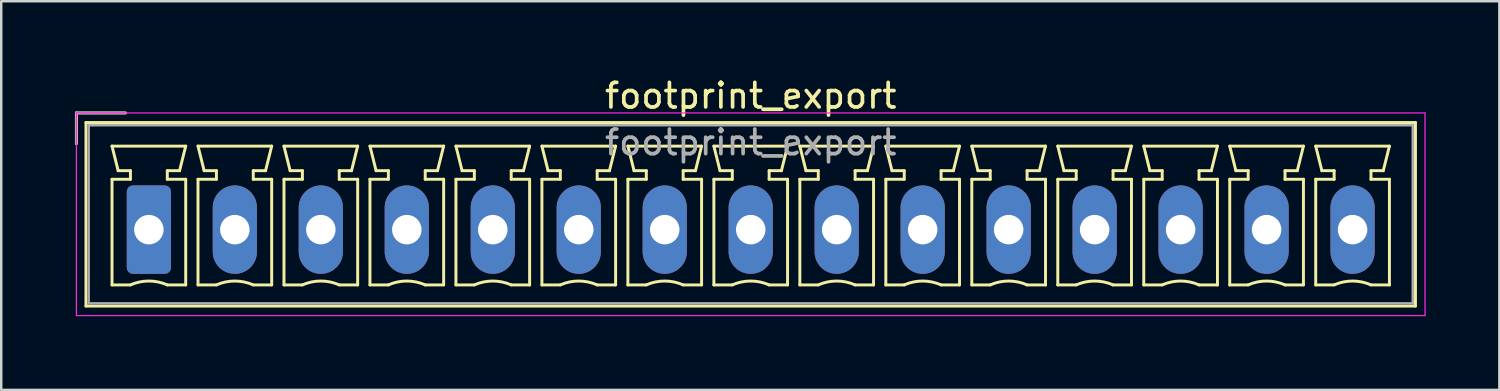
<source format=kicad_pcb>
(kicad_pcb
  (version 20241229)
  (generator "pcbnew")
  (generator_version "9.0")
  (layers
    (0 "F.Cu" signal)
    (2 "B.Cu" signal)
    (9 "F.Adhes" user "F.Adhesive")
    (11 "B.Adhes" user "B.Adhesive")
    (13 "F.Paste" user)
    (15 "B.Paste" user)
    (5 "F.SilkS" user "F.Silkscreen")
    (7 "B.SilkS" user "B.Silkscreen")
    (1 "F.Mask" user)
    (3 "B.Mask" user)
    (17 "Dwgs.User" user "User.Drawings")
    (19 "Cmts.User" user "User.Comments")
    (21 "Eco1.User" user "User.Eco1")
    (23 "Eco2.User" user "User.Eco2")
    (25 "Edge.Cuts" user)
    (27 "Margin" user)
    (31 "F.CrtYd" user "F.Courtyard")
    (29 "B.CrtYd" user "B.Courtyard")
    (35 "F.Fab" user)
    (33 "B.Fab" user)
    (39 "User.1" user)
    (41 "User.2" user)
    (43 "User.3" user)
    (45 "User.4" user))
  (footprint "footprint_export"
    (layer "F.Cu")
    (at 3.01 6.298)
    (property "Reference" "footprint_export" (at 24.5 -5.45 0) (layer "F.SilkS") (effects (font (size 1 1) (thickness 0.15))))
    (attr through_hole)
    (fp_line (start -2.95 -4.75) (end -0.95 -4.75) (stroke (width 0.12) (type solid)) (layer "F.SilkS"))
    (fp_line (start -2.95 -3.5) (end -2.95 -4.75) (stroke (width 0.12) (type solid)) (layer "F.SilkS"))
    (fp_line (start -2.56 -4.36) (end -2.56 3.11) (stroke (width 0.12) (type solid)) (layer "F.SilkS"))
    (fp_line (start -2.56 3.11) (end 51.56 3.11) (stroke (width 0.12) (type solid)) (layer "F.SilkS"))
    (fp_line (start -1.5 -3.4) (end 1.5 -3.4) (stroke (width 0.12) (type solid)) (layer "F.SilkS"))
    (fp_line (start -1.5 -2.05) (end -0.75 -2.05) (stroke (width 0.12) (type solid)) (layer "F.SilkS"))
    (fp_line (start -1.5 2.25) (end -1.5 -2.05) (stroke (width 0.12) (type solid)) (layer "F.SilkS"))
    (fp_line (start -1.25 -2.4) (end -1.5 -3.4) (stroke (width 0.12) (type solid)) (layer "F.SilkS"))
    (fp_line (start -0.75 -2.4) (end -1.25 -2.4) (stroke (width 0.12) (type solid)) (layer "F.SilkS"))
    (fp_line (start -0.75 -2.05) (end -0.75 -2.4) (stroke (width 0.12) (type solid)) (layer "F.SilkS"))
    (fp_line (start -0.75 2.25) (end -1.5 2.25) (stroke (width 0.12) (type solid)) (layer "F.SilkS"))
    (fp_line (start 0.75 -2.4) (end 0.75 -2.05) (stroke (width 0.12) (type solid)) (layer "F.SilkS"))
    (fp_line (start 0.75 -2.05) (end 1.5 -2.05) (stroke (width 0.12) (type solid)) (layer "F.SilkS"))
    (fp_line (start 1.25 -2.4) (end 0.75 -2.4) (stroke (width 0.12) (type solid)) (layer "F.SilkS"))
    (fp_line (start 1.5 -3.4) (end 1.25 -2.4) (stroke (width 0.12) (type solid)) (layer "F.SilkS"))
    (fp_line (start 1.5 -2.05) (end 1.5 2.25) (stroke (width 0.12) (type solid)) (layer "F.SilkS"))
    (fp_line (start 1.5 2.25) (end 0.75 2.25) (stroke (width 0.12) (type solid)) (layer "F.SilkS"))
    (fp_line (start 2 -3.4) (end 5 -3.4) (stroke (width 0.12) (type solid)) (layer "F.SilkS"))
    (fp_line (start 2 -2.05) (end 2.75 -2.05) (stroke (width 0.12) (type solid)) (layer "F.SilkS"))
    (fp_line (start 2 2.25) (end 2 -2.05) (stroke (width 0.12) (type solid)) (layer "F.SilkS"))
    (fp_line (start 2.25 -2.4) (end 2 -3.4) (stroke (width 0.12) (type solid)) (layer "F.SilkS"))
    (fp_line (start 2.75 -2.4) (end 2.25 -2.4) (stroke (width 0.12) (type solid)) (layer "F.SilkS"))
    (fp_line (start 2.75 -2.05) (end 2.75 -2.4) (stroke (width 0.12) (type solid)) (layer "F.SilkS"))
    (fp_line (start 2.75 2.25) (end 2 2.25) (stroke (width 0.12) (type solid)) (layer "F.SilkS"))
    (fp_line (start 4.25 -2.4) (end 4.25 -2.05) (stroke (width 0.12) (type solid)) (layer "F.SilkS"))
    (fp_line (start 4.25 -2.05) (end 5 -2.05) (stroke (width 0.12) (type solid)) (layer "F.SilkS"))
    (fp_line (start 4.75 -2.4) (end 4.25 -2.4) (stroke (width 0.12) (type solid)) (layer "F.SilkS"))
    (fp_line (start 5 -3.4) (end 4.75 -2.4) (stroke (width 0.12) (type solid)) (layer "F.SilkS"))
    (fp_line (start 5 -2.05) (end 5 2.25) (stroke (width 0.12) (type solid)) (layer "F.SilkS"))
    (fp_line (start 5 2.25) (end 4.25 2.25) (stroke (width 0.12) (type solid)) (layer "F.SilkS"))
    (fp_line (start 5.5 -3.4) (end 8.5 -3.4) (stroke (width 0.12) (type solid)) (layer "F.SilkS"))
    (fp_line (start 5.5 -2.05) (end 6.25 -2.05) (stroke (width 0.12) (type solid)) (layer "F.SilkS"))
    (fp_line (start 5.5 2.25) (end 5.5 -2.05) (stroke (width 0.12) (type solid)) (layer "F.SilkS"))
    (fp_line (start 5.75 -2.4) (end 5.5 -3.4) (stroke (width 0.12) (type solid)) (layer "F.SilkS"))
    (fp_line (start 6.25 -2.4) (end 5.75 -2.4) (stroke (width 0.12) (type solid)) (layer "F.SilkS"))
    (fp_line (start 6.25 -2.05) (end 6.25 -2.4) (stroke (width 0.12) (type solid)) (layer "F.SilkS"))
    (fp_line (start 6.25 2.25) (end 5.5 2.25) (stroke (width 0.12) (type solid)) (layer "F.SilkS"))
    (fp_line (start 7.75 -2.4) (end 7.75 -2.05) (stroke (width 0.12) (type solid)) (layer "F.SilkS"))
    (fp_line (start 7.75 -2.05) (end 8.5 -2.05) (stroke (width 0.12) (type solid)) (layer "F.SilkS"))
    (fp_line (start 8.25 -2.4) (end 7.75 -2.4) (stroke (width 0.12) (type solid)) (layer "F.SilkS"))
    (fp_line (start 8.5 -3.4) (end 8.25 -2.4) (stroke (width 0.12) (type solid)) (layer "F.SilkS"))
    (fp_line (start 8.5 -2.05) (end 8.5 2.25) (stroke (width 0.12) (type solid)) (layer "F.SilkS"))
    (fp_line (start 8.5 2.25) (end 7.75 2.25) (stroke (width 0.12) (type solid)) (layer "F.SilkS"))
    (fp_line (start 9 -3.4) (end 12 -3.4) (stroke (width 0.12) (type solid)) (layer "F.SilkS"))
    (fp_line (start 9 -2.05) (end 9.75 -2.05) (stroke (width 0.12) (type solid)) (layer "F.SilkS"))
    (fp_line (start 9 2.25) (end 9 -2.05) (stroke (width 0.12) (type solid)) (layer "F.SilkS"))
    (fp_line (start 9.25 -2.4) (end 9 -3.4) (stroke (width 0.12) (type solid)) (layer "F.SilkS"))
    (fp_line (start 9.75 -2.4) (end 9.25 -2.4) (stroke (width 0.12) (type solid)) (layer "F.SilkS"))
    (fp_line (start 9.75 -2.05) (end 9.75 -2.4) (stroke (width 0.12) (type solid)) (layer "F.SilkS"))
    (fp_line (start 9.75 2.25) (end 9 2.25) (stroke (width 0.12) (type solid)) (layer "F.SilkS"))
    (fp_line (start 11.25 -2.4) (end 11.25 -2.05) (stroke (width 0.12) (type solid)) (layer "F.SilkS"))
    (fp_line (start 11.25 -2.05) (end 12 -2.05) (stroke (width 0.12) (type solid)) (layer "F.SilkS"))
    (fp_line (start 11.75 -2.4) (end 11.25 -2.4) (stroke (width 0.12) (type solid)) (layer "F.SilkS"))
    (fp_line (start 12 -3.4) (end 11.75 -2.4) (stroke (width 0.12) (type solid)) (layer "F.SilkS"))
    (fp_line (start 12 -2.05) (end 12 2.25) (stroke (width 0.12) (type solid)) (layer "F.SilkS"))
    (fp_line (start 12 2.25) (end 11.25 2.25) (stroke (width 0.12) (type solid)) (layer "F.SilkS"))
    (fp_line (start 12.5 -3.4) (end 15.5 -3.4) (stroke (width 0.12) (type solid)) (layer "F.SilkS"))
    (fp_line (start 12.5 -2.05) (end 13.25 -2.05) (stroke (width 0.12) (type solid)) (layer "F.SilkS"))
    (fp_line (start 12.5 2.25) (end 12.5 -2.05) (stroke (width 0.12) (type solid)) (layer "F.SilkS"))
    (fp_line (start 12.75 -2.4) (end 12.5 -3.4) (stroke (width 0.12) (type solid)) (layer "F.SilkS"))
    (fp_line (start 13.25 -2.4) (end 12.75 -2.4) (stroke (width 0.12) (type solid)) (layer "F.SilkS"))
    (fp_line (start 13.25 -2.05) (end 13.25 -2.4) (stroke (width 0.12) (type solid)) (layer "F.SilkS"))
    (fp_line (start 13.25 2.25) (end 12.5 2.25) (stroke (width 0.12) (type solid)) (layer "F.SilkS"))
    (fp_line (start 14.75 -2.4) (end 14.75 -2.05) (stroke (width 0.12) (type solid)) (layer "F.SilkS"))
    (fp_line (start 14.75 -2.05) (end 15.5 -2.05) (stroke (width 0.12) (type solid)) (layer "F.SilkS"))
    (fp_line (start 15.25 -2.4) (end 14.75 -2.4) (stroke (width 0.12) (type solid)) (layer "F.SilkS"))
    (fp_line (start 15.5 -3.4) (end 15.25 -2.4) (stroke (width 0.12) (type solid)) (layer "F.SilkS"))
    (fp_line (start 15.5 -2.05) (end 15.5 2.25) (stroke (width 0.12) (type solid)) (layer "F.SilkS"))
    (fp_line (start 15.5 2.25) (end 14.75 2.25) (stroke (width 0.12) (type solid)) (layer "F.SilkS"))
    (fp_line (start 16 -3.4) (end 19 -3.4) (stroke (width 0.12) (type solid)) (layer "F.SilkS"))
    (fp_line (start 16 -2.05) (end 16.75 -2.05) (stroke (width 0.12) (type solid)) (layer "F.SilkS"))
    (fp_line (start 16 2.25) (end 16 -2.05) (stroke (width 0.12) (type solid)) (layer "F.SilkS"))
    (fp_line (start 16.25 -2.4) (end 16 -3.4) (stroke (width 0.12) (type solid)) (layer "F.SilkS"))
    (fp_line (start 16.75 -2.4) (end 16.25 -2.4) (stroke (width 0.12) (type solid)) (layer "F.SilkS"))
    (fp_line (start 16.75 -2.05) (end 16.75 -2.4) (stroke (width 0.12) (type solid)) (layer "F.SilkS"))
    (fp_line (start 16.75 2.25) (end 16 2.25) (stroke (width 0.12) (type solid)) (layer "F.SilkS"))
    (fp_line (start 18.25 -2.4) (end 18.25 -2.05) (stroke (width 0.12) (type solid)) (layer "F.SilkS"))
    (fp_line (start 18.25 -2.05) (end 19 -2.05) (stroke (width 0.12) (type solid)) (layer "F.SilkS"))
    (fp_line (start 18.75 -2.4) (end 18.25 -2.4) (stroke (width 0.12) (type solid)) (layer "F.SilkS"))
    (fp_line (start 19 -3.4) (end 18.75 -2.4) (stroke (width 0.12) (type solid)) (layer "F.SilkS"))
    (fp_line (start 19 -2.05) (end 19 2.25) (stroke (width 0.12) (type solid)) (layer "F.SilkS"))
    (fp_line (start 19 2.25) (end 18.25 2.25) (stroke (width 0.12) (type solid)) (layer "F.SilkS"))
    (fp_line (start 19.5 -3.4) (end 22.5 -3.4) (stroke (width 0.12) (type solid)) (layer "F.SilkS"))
    (fp_line (start 19.5 -2.05) (end 20.25 -2.05) (stroke (width 0.12) (type solid)) (layer "F.SilkS"))
    (fp_line (start 19.5 2.25) (end 19.5 -2.05) (stroke (width 0.12) (type solid)) (layer "F.SilkS"))
    (fp_line (start 19.75 -2.4) (end 19.5 -3.4) (stroke (width 0.12) (type solid)) (layer "F.SilkS"))
    (fp_line (start 20.25 -2.4) (end 19.75 -2.4) (stroke (width 0.12) (type solid)) (layer "F.SilkS"))
    (fp_line (start 20.25 -2.05) (end 20.25 -2.4) (stroke (width 0.12) (type solid)) (layer "F.SilkS"))
    (fp_line (start 20.25 2.25) (end 19.5 2.25) (stroke (width 0.12) (type solid)) (layer "F.SilkS"))
    (fp_line (start 21.75 -2.4) (end 21.75 -2.05) (stroke (width 0.12) (type solid)) (layer "F.SilkS"))
    (fp_line (start 21.75 -2.05) (end 22.5 -2.05) (stroke (width 0.12) (type solid)) (layer "F.SilkS"))
    (fp_line (start 22.25 -2.4) (end 21.75 -2.4) (stroke (width 0.12) (type solid)) (layer "F.SilkS"))
    (fp_line (start 22.5 -3.4) (end 22.25 -2.4) (stroke (width 0.12) (type solid)) (layer "F.SilkS"))
    (fp_line (start 22.5 -2.05) (end 22.5 2.25) (stroke (width 0.12) (type solid)) (layer "F.SilkS"))
    (fp_line (start 22.5 2.25) (end 21.75 2.25) (stroke (width 0.12) (type solid)) (layer "F.SilkS"))
    (fp_line (start 23 -3.4) (end 26 -3.4) (stroke (width 0.12) (type solid)) (layer "F.SilkS"))
    (fp_line (start 23 -2.05) (end 23.75 -2.05) (stroke (width 0.12) (type solid)) (layer "F.SilkS"))
    (fp_line (start 23 2.25) (end 23 -2.05) (stroke (width 0.12) (type solid)) (layer "F.SilkS"))
    (fp_line (start 23.25 -2.4) (end 23 -3.4) (stroke (width 0.12) (type solid)) (layer "F.SilkS"))
    (fp_line (start 23.75 -2.4) (end 23.25 -2.4) (stroke (width 0.12) (type solid)) (layer "F.SilkS"))
    (fp_line (start 23.75 -2.05) (end 23.75 -2.4) (stroke (width 0.12) (type solid)) (layer "F.SilkS"))
    (fp_line (start 23.75 2.25) (end 23 2.25) (stroke (width 0.12) (type solid)) (layer "F.SilkS"))
    (fp_line (start 25.25 -2.4) (end 25.25 -2.05) (stroke (width 0.12) (type solid)) (layer "F.SilkS"))
    (fp_line (start 25.25 -2.05) (end 26 -2.05) (stroke (width 0.12) (type solid)) (layer "F.SilkS"))
    (fp_line (start 25.75 -2.4) (end 25.25 -2.4) (stroke (width 0.12) (type solid)) (layer "F.SilkS"))
    (fp_line (start 26 -3.4) (end 25.75 -2.4) (stroke (width 0.12) (type solid)) (layer "F.SilkS"))
    (fp_line (start 26 -2.05) (end 26 2.25) (stroke (width 0.12) (type solid)) (layer "F.SilkS"))
    (fp_line (start 26 2.25) (end 25.25 2.25) (stroke (width 0.12) (type solid)) (layer "F.SilkS"))
    (fp_line (start 26.5 -3.4) (end 29.5 -3.4) (stroke (width 0.12) (type solid)) (layer "F.SilkS"))
    (fp_line (start 26.5 -2.05) (end 27.25 -2.05) (stroke (width 0.12) (type solid)) (layer "F.SilkS"))
    (fp_line (start 26.5 2.25) (end 26.5 -2.05) (stroke (width 0.12) (type solid)) (layer "F.SilkS"))
    (fp_line (start 26.75 -2.4) (end 26.5 -3.4) (stroke (width 0.12) (type solid)) (layer "F.SilkS"))
    (fp_line (start 27.25 -2.4) (end 26.75 -2.4) (stroke (width 0.12) (type solid)) (layer "F.SilkS"))
    (fp_line (start 27.25 -2.05) (end 27.25 -2.4) (stroke (width 0.12) (type solid)) (layer "F.SilkS"))
    (fp_line (start 27.25 2.25) (end 26.5 2.25) (stroke (width 0.12) (type solid)) (layer "F.SilkS"))
    (fp_line (start 28.75 -2.4) (end 28.75 -2.05) (stroke (width 0.12) (type solid)) (layer "F.SilkS"))
    (fp_line (start 28.75 -2.05) (end 29.5 -2.05) (stroke (width 0.12) (type solid)) (layer "F.SilkS"))
    (fp_line (start 29.25 -2.4) (end 28.75 -2.4) (stroke (width 0.12) (type solid)) (layer "F.SilkS"))
    (fp_line (start 29.5 -3.4) (end 29.25 -2.4) (stroke (width 0.12) (type solid)) (layer "F.SilkS"))
    (fp_line (start 29.5 -2.05) (end 29.5 2.25) (stroke (width 0.12) (type solid)) (layer "F.SilkS"))
    (fp_line (start 29.5 2.25) (end 28.75 2.25) (stroke (width 0.12) (type solid)) (layer "F.SilkS"))
    (fp_line (start 30 -3.4) (end 33 -3.4) (stroke (width 0.12) (type solid)) (layer "F.SilkS"))
    (fp_line (start 30 -2.05) (end 30.75 -2.05) (stroke (width 0.12) (type solid)) (layer "F.SilkS"))
    (fp_line (start 30 2.25) (end 30 -2.05) (stroke (width 0.12) (type solid)) (layer "F.SilkS"))
    (fp_line (start 30.25 -2.4) (end 30 -3.4) (stroke (width 0.12) (type solid)) (layer "F.SilkS"))
    (fp_line (start 30.75 -2.4) (end 30.25 -2.4) (stroke (width 0.12) (type solid)) (layer "F.SilkS"))
    (fp_line (start 30.75 -2.05) (end 30.75 -2.4) (stroke (width 0.12) (type solid)) (layer "F.SilkS"))
    (fp_line (start 30.75 2.25) (end 30 2.25) (stroke (width 0.12) (type solid)) (layer "F.SilkS"))
    (fp_line (start 32.25 -2.4) (end 32.25 -2.05) (stroke (width 0.12) (type solid)) (layer "F.SilkS"))
    (fp_line (start 32.25 -2.05) (end 33 -2.05) (stroke (width 0.12) (type solid)) (layer "F.SilkS"))
    (fp_line (start 32.75 -2.4) (end 32.25 -2.4) (stroke (width 0.12) (type solid)) (layer "F.SilkS"))
    (fp_line (start 33 -3.4) (end 32.75 -2.4) (stroke (width 0.12) (type solid)) (layer "F.SilkS"))
    (fp_line (start 33 -2.05) (end 33 2.25) (stroke (width 0.12) (type solid)) (layer "F.SilkS"))
    (fp_line (start 33 2.25) (end 32.25 2.25) (stroke (width 0.12) (type solid)) (layer "F.SilkS"))
    (fp_line (start 33.5 -3.4) (end 36.5 -3.4) (stroke (width 0.12) (type solid)) (layer "F.SilkS"))
    (fp_line (start 33.5 -2.05) (end 34.25 -2.05) (stroke (width 0.12) (type solid)) (layer "F.SilkS"))
    (fp_line (start 33.5 2.25) (end 33.5 -2.05) (stroke (width 0.12) (type solid)) (layer "F.SilkS"))
    (fp_line (start 33.75 -2.4) (end 33.5 -3.4) (stroke (width 0.12) (type solid)) (layer "F.SilkS"))
    (fp_line (start 34.25 -2.4) (end 33.75 -2.4) (stroke (width 0.12) (type solid)) (layer "F.SilkS"))
    (fp_line (start 34.25 -2.05) (end 34.25 -2.4) (stroke (width 0.12) (type solid)) (layer "F.SilkS"))
    (fp_line (start 34.25 2.25) (end 33.5 2.25) (stroke (width 0.12) (type solid)) (layer "F.SilkS"))
    (fp_line (start 35.75 -2.4) (end 35.75 -2.05) (stroke (width 0.12) (type solid)) (layer "F.SilkS"))
    (fp_line (start 35.75 -2.05) (end 36.5 -2.05) (stroke (width 0.12) (type solid)) (layer "F.SilkS"))
    (fp_line (start 36.25 -2.4) (end 35.75 -2.4) (stroke (width 0.12) (type solid)) (layer "F.SilkS"))
    (fp_line (start 36.5 -3.4) (end 36.25 -2.4) (stroke (width 0.12) (type solid)) (layer "F.SilkS"))
    (fp_line (start 36.5 -2.05) (end 36.5 2.25) (stroke (width 0.12) (type solid)) (layer "F.SilkS"))
    (fp_line (start 36.5 2.25) (end 35.75 2.25) (stroke (width 0.12) (type solid)) (layer "F.SilkS"))
    (fp_line (start 37 -3.4) (end 40 -3.4) (stroke (width 0.12) (type solid)) (layer "F.SilkS"))
    (fp_line (start 37 -2.05) (end 37.75 -2.05) (stroke (width 0.12) (type solid)) (layer "F.SilkS"))
    (fp_line (start 37 2.25) (end 37 -2.05) (stroke (width 0.12) (type solid)) (layer "F.SilkS"))
    (fp_line (start 37.25 -2.4) (end 37 -3.4) (stroke (width 0.12) (type solid)) (layer "F.SilkS"))
    (fp_line (start 37.75 -2.4) (end 37.25 -2.4) (stroke (width 0.12) (type solid)) (layer "F.SilkS"))
    (fp_line (start 37.75 -2.05) (end 37.75 -2.4) (stroke (width 0.12) (type solid)) (layer "F.SilkS"))
    (fp_line (start 37.75 2.25) (end 37 2.25) (stroke (width 0.12) (type solid)) (layer "F.SilkS"))
    (fp_line (start 39.25 -2.4) (end 39.25 -2.05) (stroke (width 0.12) (type solid)) (layer "F.SilkS"))
    (fp_line (start 39.25 -2.05) (end 40 -2.05) (stroke (width 0.12) (type solid)) (layer "F.SilkS"))
    (fp_line (start 39.75 -2.4) (end 39.25 -2.4) (stroke (width 0.12) (type solid)) (layer "F.SilkS"))
    (fp_line (start 40 -3.4) (end 39.75 -2.4) (stroke (width 0.12) (type solid)) (layer "F.SilkS"))
    (fp_line (start 40 -2.05) (end 40 2.25) (stroke (width 0.12) (type solid)) (layer "F.SilkS"))
    (fp_line (start 40 2.25) (end 39.25 2.25) (stroke (width 0.12) (type solid)) (layer "F.SilkS"))
    (fp_line (start 40.5 -3.4) (end 43.5 -3.4) (stroke (width 0.12) (type solid)) (layer "F.SilkS"))
    (fp_line (start 40.5 -2.05) (end 41.25 -2.05) (stroke (width 0.12) (type solid)) (layer "F.SilkS"))
    (fp_line (start 40.5 2.25) (end 40.5 -2.05) (stroke (width 0.12) (type solid)) (layer "F.SilkS"))
    (fp_line (start 40.75 -2.4) (end 40.5 -3.4) (stroke (width 0.12) (type solid)) (layer "F.SilkS"))
    (fp_line (start 41.25 -2.4) (end 40.75 -2.4) (stroke (width 0.12) (type solid)) (layer "F.SilkS"))
    (fp_line (start 41.25 -2.05) (end 41.25 -2.4) (stroke (width 0.12) (type solid)) (layer "F.SilkS"))
    (fp_line (start 41.25 2.25) (end 40.5 2.25) (stroke (width 0.12) (type solid)) (layer "F.SilkS"))
    (fp_line (start 42.75 -2.4) (end 42.75 -2.05) (stroke (width 0.12) (type solid)) (layer "F.SilkS"))
    (fp_line (start 42.75 -2.05) (end 43.5 -2.05) (stroke (width 0.12) (type solid)) (layer "F.SilkS"))
    (fp_line (start 43.25 -2.4) (end 42.75 -2.4) (stroke (width 0.12) (type solid)) (layer "F.SilkS"))
    (fp_line (start 43.5 -3.4) (end 43.25 -2.4) (stroke (width 0.12) (type solid)) (layer "F.SilkS"))
    (fp_line (start 43.5 -2.05) (end 43.5 2.25) (stroke (width 0.12) (type solid)) (layer "F.SilkS"))
    (fp_line (start 43.5 2.25) (end 42.75 2.25) (stroke (width 0.12) (type solid)) (layer "F.SilkS"))
    (fp_line (start 44 -3.4) (end 47 -3.4) (stroke (width 0.12) (type solid)) (layer "F.SilkS"))
    (fp_line (start 44 -2.05) (end 44.75 -2.05) (stroke (width 0.12) (type solid)) (layer "F.SilkS"))
    (fp_line (start 44 2.25) (end 44 -2.05) (stroke (width 0.12) (type solid)) (layer "F.SilkS"))
    (fp_line (start 44.25 -2.4) (end 44 -3.4) (stroke (width 0.12) (type solid)) (layer "F.SilkS"))
    (fp_line (start 44.75 -2.4) (end 44.25 -2.4) (stroke (width 0.12) (type solid)) (layer "F.SilkS"))
    (fp_line (start 44.75 -2.05) (end 44.75 -2.4) (stroke (width 0.12) (type solid)) (layer "F.SilkS"))
    (fp_line (start 44.75 2.25) (end 44 2.25) (stroke (width 0.12) (type solid)) (layer "F.SilkS"))
    (fp_line (start 46.25 -2.4) (end 46.25 -2.05) (stroke (width 0.12) (type solid)) (layer "F.SilkS"))
    (fp_line (start 46.25 -2.05) (end 47 -2.05) (stroke (width 0.12) (type solid)) (layer "F.SilkS"))
    (fp_line (start 46.75 -2.4) (end 46.25 -2.4) (stroke (width 0.12) (type solid)) (layer "F.SilkS"))
    (fp_line (start 47 -3.4) (end 46.75 -2.4) (stroke (width 0.12) (type solid)) (layer "F.SilkS"))
    (fp_line (start 47 -2.05) (end 47 2.25) (stroke (width 0.12) (type solid)) (layer "F.SilkS"))
    (fp_line (start 47 2.25) (end 46.25 2.25) (stroke (width 0.12) (type solid)) (layer "F.SilkS"))
    (fp_line (start 47.5 -3.4) (end 50.5 -3.4) (stroke (width 0.12) (type solid)) (layer "F.SilkS"))
    (fp_line (start 47.5 -2.05) (end 48.25 -2.05) (stroke (width 0.12) (type solid)) (layer "F.SilkS"))
    (fp_line (start 47.5 2.25) (end 47.5 -2.05) (stroke (width 0.12) (type solid)) (layer "F.SilkS"))
    (fp_line (start 47.75 -2.4) (end 47.5 -3.4) (stroke (width 0.12) (type solid)) (layer "F.SilkS"))
    (fp_line (start 48.25 -2.4) (end 47.75 -2.4) (stroke (width 0.12) (type solid)) (layer "F.SilkS"))
    (fp_line (start 48.25 -2.05) (end 48.25 -2.4) (stroke (width 0.12) (type solid)) (layer "F.SilkS"))
    (fp_line (start 48.25 2.25) (end 47.5 2.25) (stroke (width 0.12) (type solid)) (layer "F.SilkS"))
    (fp_line (start 49.75 -2.4) (end 49.75 -2.05) (stroke (width 0.12) (type solid)) (layer "F.SilkS"))
    (fp_line (start 49.75 -2.05) (end 50.5 -2.05) (stroke (width 0.12) (type solid)) (layer "F.SilkS"))
    (fp_line (start 50.25 -2.4) (end 49.75 -2.4) (stroke (width 0.12) (type solid)) (layer "F.SilkS"))
    (fp_line (start 50.5 -3.4) (end 50.25 -2.4) (stroke (width 0.12) (type solid)) (layer "F.SilkS"))
    (fp_line (start 50.5 -2.05) (end 50.5 2.25) (stroke (width 0.12) (type solid)) (layer "F.SilkS"))
    (fp_line (start 50.5 2.25) (end 49.75 2.25) (stroke (width 0.12) (type solid)) (layer "F.SilkS"))
    (fp_line (start 51.56 -4.36) (end -2.56 -4.36) (stroke (width 0.12) (type solid)) (layer "F.SilkS"))
    (fp_line (start 51.56 3.11) (end 51.56 -4.36) (stroke (width 0.12) (type solid)) (layer "F.SilkS"))
    (fp_arc (start -0.75 2.25) (mid -0.000193 2.09191) (end 0.749647 2.249844) (stroke (width 0.12) (type solid)) (layer "F.SilkS"))
    (fp_arc (start 2.75 2.25) (mid 3.499807 2.09191) (end 4.249647 2.249844) (stroke (width 0.12) (type solid)) (layer "F.SilkS"))
    (fp_arc (start 6.25 2.25) (mid 6.999807 2.09191) (end 7.749647 2.249844) (stroke (width 0.12) (type solid)) (layer "F.SilkS"))
    (fp_arc (start 9.75 2.25) (mid 10.499807 2.09191) (end 11.249647 2.249844) (stroke (width 0.12) (type solid)) (layer "F.SilkS"))
    (fp_arc (start 13.25 2.25) (mid 13.999807 2.09191) (end 14.749647 2.249844) (stroke (width 0.12) (type solid)) (layer "F.SilkS"))
    (fp_arc (start 16.75 2.25) (mid 17.499807 2.09191) (end 18.249647 2.249844) (stroke (width 0.12) (type solid)) (layer "F.SilkS"))
    (fp_arc (start 20.25 2.25) (mid 20.999807 2.09191) (end 21.749647 2.249844) (stroke (width 0.12) (type solid)) (layer "F.SilkS"))
    (fp_arc (start 23.75 2.25) (mid 24.499807 2.09191) (end 25.249647 2.249844) (stroke (width 0.12) (type solid)) (layer "F.SilkS"))
    (fp_arc (start 27.25 2.25) (mid 27.999807 2.09191) (end 28.749647 2.249844) (stroke (width 0.12) (type solid)) (layer "F.SilkS"))
    (fp_arc (start 30.75 2.25) (mid 31.499807 2.09191) (end 32.249647 2.249844) (stroke (width 0.12) (type solid)) (layer "F.SilkS"))
    (fp_arc (start 34.25 2.25) (mid 34.999807 2.09191) (end 35.749647 2.249844) (stroke (width 0.12) (type solid)) (layer "F.SilkS"))
    (fp_arc (start 37.75 2.25) (mid 38.499807 2.09191) (end 39.249647 2.249844) (stroke (width 0.12) (type solid)) (layer "F.SilkS"))
    (fp_arc (start 41.25 2.25) (mid 41.999807 2.09191) (end 42.749647 2.249844) (stroke (width 0.12) (type solid)) (layer "F.SilkS"))
    (fp_arc (start 44.75 2.25) (mid 45.499807 2.09191) (end 46.249647 2.249844) (stroke (width 0.12) (type solid)) (layer "F.SilkS"))
    (fp_arc (start 48.25 2.25) (mid 48.999807 2.09191) (end 49.749647 2.249844) (stroke (width 0.12) (type solid)) (layer "F.SilkS"))
    (fp_line (start -2.95 -4.75) (end -2.95 3.5) (stroke (width 0.05) (type solid)) (layer "F.CrtYd"))
    (fp_line (start -2.95 3.5) (end 51.95 3.5) (stroke (width 0.05) (type solid)) (layer "F.CrtYd"))
    (fp_line (start 51.95 -4.75) (end -2.95 -4.75) (stroke (width 0.05) (type solid)) (layer "F.CrtYd"))
    (fp_line (start 51.95 3.5) (end 51.95 -4.75) (stroke (width 0.05) (type solid)) (layer "F.CrtYd"))
    (fp_line (start -2.95 -4.75) (end -0.95 -4.75) (stroke (width 0.1) (type solid)) (layer "F.Fab"))
    (fp_line (start -2.95 -3.5) (end -2.95 -4.75) (stroke (width 0.1) (type solid)) (layer "F.Fab"))
    (fp_line (start -2.45 -4.25) (end -2.45 3) (stroke (width 0.1) (type solid)) (layer "F.Fab"))
    (fp_line (start -2.45 3) (end 51.45 3) (stroke (width 0.1) (type solid)) (layer "F.Fab"))
    (fp_line (start 51.45 -4.25) (end -2.45 -4.25) (stroke (width 0.1) (type solid)) (layer "F.Fab"))
    (fp_line (start 51.45 3) (end 51.45 -4.25) (stroke (width 0.1) (type solid)) (layer "F.Fab"))
    (fp_text user "${REFERENCE}" (at 24.5 -3.55 0) (layer "F.Fab") (effects (font (size 1 1) (thickness 0.15))))
    (pad "1" thru_hole roundrect (at 0 0) (size 1.8 3.6) (drill 1.2) (layers "*.Cu" "*.Mask") (roundrect_rratio 0.139))
    (pad "2" thru_hole oval (at 3.5 0) (size 1.8 3.6) (drill 1.2) (layers "*.Cu" "*.Mask"))
    (pad "3" thru_hole oval (at 7 0) (size 1.8 3.6) (drill 1.2) (layers "*.Cu" "*.Mask"))
    (pad "4" thru_hole oval (at 10.5 0) (size 1.8 3.6) (drill 1.2) (layers "*.Cu" "*.Mask"))
    (pad "5" thru_hole oval (at 14 0) (size 1.8 3.6) (drill 1.2) (layers "*.Cu" "*.Mask"))
    (pad "6" thru_hole oval (at 17.5 0) (size 1.8 3.6) (drill 1.2) (layers "*.Cu" "*.Mask"))
    (pad "7" thru_hole oval (at 21 0) (size 1.8 3.6) (drill 1.2) (layers "*.Cu" "*.Mask"))
    (pad "8" thru_hole oval (at 24.5 0) (size 1.8 3.6) (drill 1.2) (layers "*.Cu" "*.Mask"))
    (pad "9" thru_hole oval (at 28 0) (size 1.8 3.6) (drill 1.2) (layers "*.Cu" "*.Mask"))
    (pad "10" thru_hole oval (at 31.5 0) (size 1.8 3.6) (drill 1.2) (layers "*.Cu" "*.Mask"))
    (pad "11" thru_hole oval (at 35 0) (size 1.8 3.6) (drill 1.2) (layers "*.Cu" "*.Mask"))
    (pad "12" thru_hole oval (at 38.5 0) (size 1.8 3.6) (drill 1.2) (layers "*.Cu" "*.Mask"))
    (pad "13" thru_hole oval (at 42 0) (size 1.8 3.6) (drill 1.2) (layers "*.Cu" "*.Mask"))
    (pad "14" thru_hole oval (at 45.5 0) (size 1.8 3.6) (drill 1.2) (layers "*.Cu" "*.Mask"))
    (pad "15" thru_hole oval (at 49 0) (size 1.8 3.6) (drill 1.2) (layers "*.Cu" "*.Mask")))
  (gr_rect
    (start -3 -3)
    (end 57.985 12.823)
    (stroke (width 0.1) (type default))
    (fill no)
    (layer "Edge.Cuts")))
</source>
